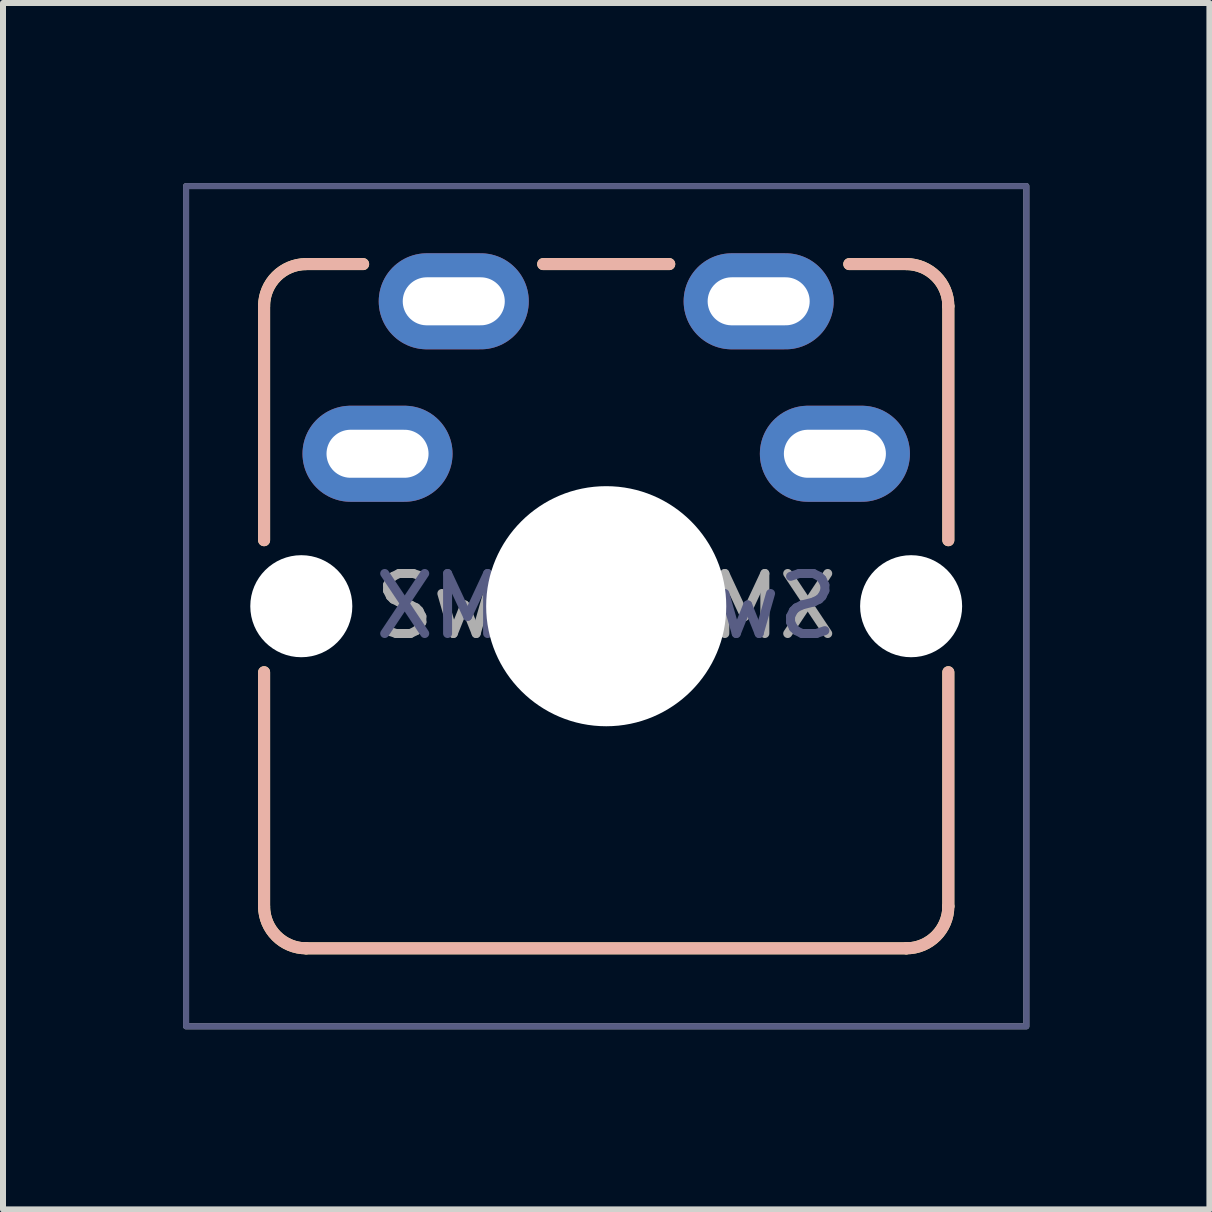
<source format=kicad_pcb>
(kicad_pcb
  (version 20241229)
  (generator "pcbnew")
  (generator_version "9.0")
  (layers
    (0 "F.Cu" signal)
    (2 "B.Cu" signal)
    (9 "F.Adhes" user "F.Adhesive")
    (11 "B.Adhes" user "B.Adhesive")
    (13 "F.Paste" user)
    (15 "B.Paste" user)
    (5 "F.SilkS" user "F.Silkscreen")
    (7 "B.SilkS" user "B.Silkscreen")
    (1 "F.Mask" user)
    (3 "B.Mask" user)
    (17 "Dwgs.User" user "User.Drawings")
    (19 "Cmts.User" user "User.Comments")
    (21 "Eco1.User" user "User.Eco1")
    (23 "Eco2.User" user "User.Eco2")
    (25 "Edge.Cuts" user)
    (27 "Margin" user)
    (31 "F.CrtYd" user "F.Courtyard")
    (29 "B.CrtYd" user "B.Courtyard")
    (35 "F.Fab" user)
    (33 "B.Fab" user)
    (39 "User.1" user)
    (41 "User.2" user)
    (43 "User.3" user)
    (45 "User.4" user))
  (footprint "Switch_MX"
    (layer "F.Cu")
    (at 7.05 7.05)
    (property "Reference" "Switch_MX" (at 0 0 0) (unlocked yes) (layer "F.Fab") (effects (font (size 1 1) (thickness 0.15))))
    (attr through_hole allow_missing_courtyard)
    (fp_line (start -5.7 -5) (end -5.7 -1.1) (stroke (width 0.2) (type solid)) (layer "F.SilkS"))
    (fp_line (start -5.7 1.1) (end -5.7 5) (stroke (width 0.2) (type solid)) (layer "F.SilkS"))
    (fp_line (start -5 -5.7) (end -4.05 -5.7) (stroke (width 0.2) (type solid)) (layer "F.SilkS"))
    (fp_line (start -5 5.7) (end 5 5.7) (stroke (width 0.2) (type solid)) (layer "F.SilkS"))
    (fp_line (start -1.05 -5.7) (end 1.05 -5.7) (stroke (width 0.2) (type solid)) (layer "F.SilkS"))
    (fp_line (start 5 -5.7) (end 4.05 -5.7) (stroke (width 0.2) (type solid)) (layer "F.SilkS"))
    (fp_line (start 5.7 -5) (end 5.7 -1.1) (stroke (width 0.2) (type solid)) (layer "F.SilkS"))
    (fp_line (start 5.7 1.1) (end 5.7 5) (stroke (width 0.2) (type solid)) (layer "F.SilkS"))
    (fp_arc (start -5.7 -5) (mid -5.494975 -5.494975) (end -5 -5.7) (stroke (width 0.2) (type default)) (layer "F.SilkS"))
    (fp_arc (start -5 5.7) (mid -5.494975 5.494975) (end -5.7 5) (stroke (width 0.2) (type default)) (layer "F.SilkS"))
    (fp_arc (start 5 -5.7) (mid 5.494975 -5.494975) (end 5.7 -5) (stroke (width 0.2) (type default)) (layer "F.SilkS"))
    (fp_arc (start 5.7 5) (mid 5.494975 5.494975) (end 5 5.7) (stroke (width 0.2) (type default)) (layer "F.SilkS"))
    (fp_line (start -5.7 -5) (end -5.7 -1.1) (stroke (width 0.2) (type solid)) (layer "B.SilkS"))
    (fp_line (start -5.7 1.1) (end -5.7 5) (stroke (width 0.2) (type solid)) (layer "B.SilkS"))
    (fp_line (start -5 -5.7) (end -4.05 -5.7) (stroke (width 0.2) (type solid)) (layer "B.SilkS"))
    (fp_line (start -5 5.7) (end 5 5.7) (stroke (width 0.2) (type solid)) (layer "B.SilkS"))
    (fp_line (start -1.05 -5.7) (end 1.05 -5.7) (stroke (width 0.2) (type solid)) (layer "B.SilkS"))
    (fp_line (start 5 -5.7) (end 4.05 -5.7) (stroke (width 0.2) (type solid)) (layer "B.SilkS"))
    (fp_line (start 5.7 -5) (end 5.7 -1.1) (stroke (width 0.2) (type solid)) (layer "B.SilkS"))
    (fp_line (start 5.7 1.1) (end 5.7 5) (stroke (width 0.2) (type solid)) (layer "B.SilkS"))
    (fp_arc (start -5.7 -5) (mid -5.494975 -5.494975) (end -5 -5.7) (stroke (width 0.2) (type default)) (layer "B.SilkS"))
    (fp_arc (start -5 5.7) (mid -5.494975 5.494975) (end -5.7 5) (stroke (width 0.2) (type default)) (layer "B.SilkS"))
    (fp_arc (start 5 -5.7) (mid 5.494975 -5.494975) (end 5.7 -5) (stroke (width 0.2) (type default)) (layer "B.SilkS"))
    (fp_arc (start 5.7 5) (mid 5.494975 5.494975) (end 5 5.7) (stroke (width 0.2) (type default)) (layer "B.SilkS"))
    (fp_rect (start -7 -7) (end 7 7) (stroke (width 0.1) (type solid)) (fill no) (layer "B.Fab"))
    (fp_rect (start -7 -7) (end 7 7) (stroke (width 0.1) (type solid)) (fill no) (layer "F.Fab"))
    (fp_text user "${REFERENCE}" (at 0 0 0) (unlocked yes) (layer "B.Fab") (effects (font (size 1 1) (thickness 0.15)) (justify mirror)))
    (pad "" np_thru_hole circle (at -5.08 0) (size 1.7 1.7) (drill 1.7) (layers "*.Cu" "*.Mask"))
    (pad "" np_thru_hole circle (at 0 0) (size 4 4) (drill 4) (layers "*.Cu" "*.Mask"))
    (pad "" np_thru_hole circle (at 5.08 0) (size 1.7 1.7) (drill 1.7) (layers "*.Cu" "*.Mask"))
    (pad "1" thru_hole oval (at 2.54 -5.08) (size 2.5 1.6) (drill oval 1.7 0.8) (layers "*.Cu" "*.Mask"))
    (pad "1" thru_hole oval (at 3.81 -2.54) (size 2.5 1.6) (drill oval 1.7 0.8) (layers "*.Cu" "*.Mask"))
    (pad "2" thru_hole oval (at -3.81 -2.54) (size 2.5 1.6) (drill oval 1.7 0.8) (layers "*.Cu" "*.Mask"))
    (pad "2" thru_hole oval (at -2.54 -5.08) (size 2.5 1.6) (drill oval 1.7 0.8) (layers "*.Cu" "*.Mask")))
  (gr_rect
    (start -3 -3)
    (end 17.1 17.1)
    (stroke (width 0.1) (type default))
    (fill no)
    (layer "Edge.Cuts")))
</source>
